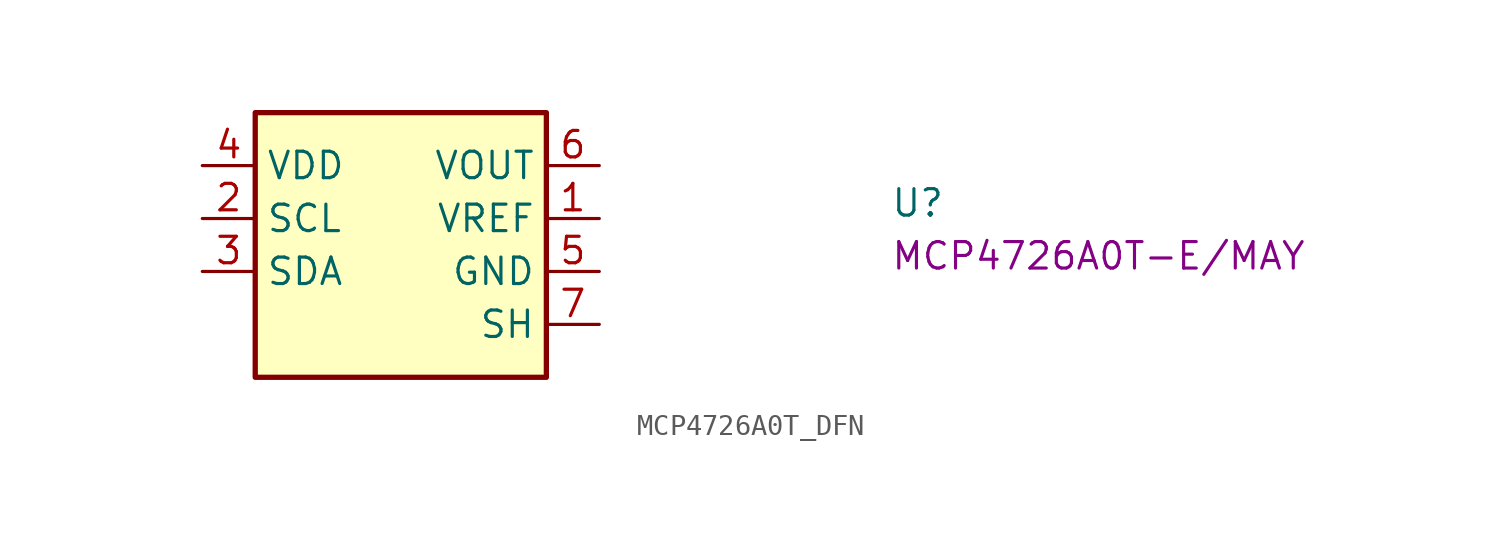
<source format=kicad_sym>
(kicad_symbol_lib
  (version 20220914)
  (generator kicad_symbol_editor)
  (symbol "MCP4726A0T_DFN"
    (property "Reference" "U"
      (at 33.02 -2.54 0)
      (effects (font (size 1.27 1.27) (thickness 0.15)) (justify left bottom)))
    (property "MPN" "MCP4726A0T-E/MAY"
      (at 33.02 -5.08 0)
      (effects (font (size 1.27 1.27) (thickness 0.15)) (justify left bottom)))
    (symbol "MCP4726A0T_DFN_1_1"
      (rectangle (start 2.54 2.54) (end 16.51 -10.16) (stroke (width 0.254) (type default)) (fill (type background)))
      (pin power_in line (at 19.05 -2.54 180) (length 2.54) (name "VREF" (effects (font (size 1.27 1.27)))) (number "1" (effects (font (size 1.27 1.27)))))
      (pin input line (at 0 -2.54 0) (length 2.54) (name "SCL" (effects (font (size 1.27 1.27)))) (number "2" (effects (font (size 1.27 1.27)))))
      (pin bidirectional line (at 0 -5.08 0) (length 2.54) (name "SDA" (effects (font (size 1.27 1.27)))) (number "3" (effects (font (size 1.27 1.27)))))
      (pin power_in line (at 0 0 0) (length 2.54) (name "VDD" (effects (font (size 1.27 1.27)))) (number "4" (effects (font (size 1.27 1.27)))))
      (pin power_in line (at 19.05 -5.08 180) (length 2.54) (name "GND" (effects (font (size 1.27 1.27)))) (number "5" (effects (font (size 1.27 1.27)))))
      (pin output line (at 19.05 0 180) (length 2.54) (name "VOUT" (effects (font (size 1.27 1.27)))) (number "6" (effects (font (size 1.27 1.27)))))
      (pin power_in line (at 19.05 -7.62 180) (length 2.54) (name "SH" (effects (font (size 1.27 1.27)))) (number "7" (effects (font (size 1.27 1.27))))))))
</source>
